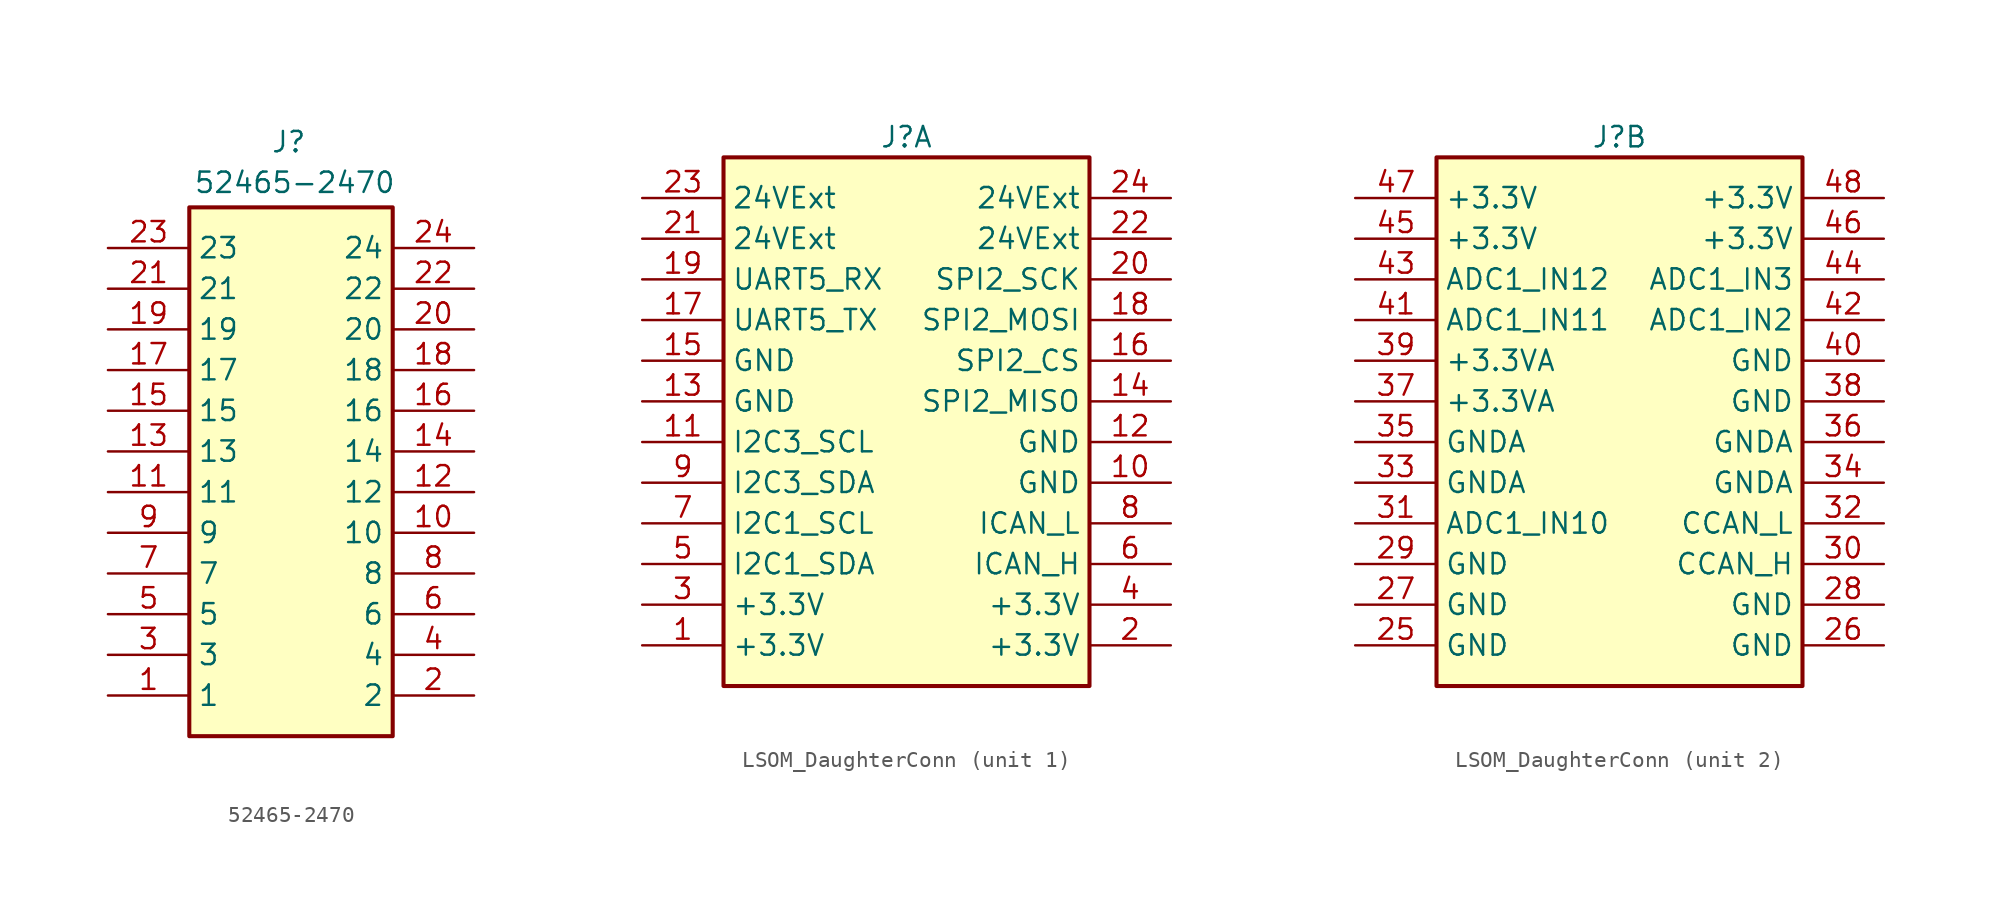
<source format=kicad_sym>
(kicad_symbol_lib
  (version 20241209)
  (generator "kicad_symbol_editor")
  (generator_version "9.0")
  (symbol "52465-2470"
    (property "Reference" "J"
      (at 10.16 7.366 0)
      (effects (font (size 1.27 1.27)) (justify left top)))
    (property "Value" "52465-2470"
      (at 5.334 4.826 0)
      (effects (font (size 1.27 1.27)) (justify left top)))
    (symbol "52465-2470_1_1"
      (rectangle (start 5.08 2.54) (end 17.78 -30.48) (stroke (width 0.254) (type default)) (fill (type background)))
      (pin passive line (at 0 0 0) (length 5.08) (name "23" (effects (font (size 1.27 1.27)))) (number "23" (effects (font (size 1.27 1.27)))))
      (pin passive line (at 0 -2.54 0) (length 5.08) (name "21" (effects (font (size 1.27 1.27)))) (number "21" (effects (font (size 1.27 1.27)))))
      (pin passive line (at 0 -5.08 0) (length 5.08) (name "19" (effects (font (size 1.27 1.27)))) (number "19" (effects (font (size 1.27 1.27)))))
      (pin passive line (at 0 -7.62 0) (length 5.08) (name "17" (effects (font (size 1.27 1.27)))) (number "17" (effects (font (size 1.27 1.27)))))
      (pin passive line (at 0 -10.16 0) (length 5.08) (name "15" (effects (font (size 1.27 1.27)))) (number "15" (effects (font (size 1.27 1.27)))))
      (pin passive line (at 0 -12.7 0) (length 5.08) (name "13" (effects (font (size 1.27 1.27)))) (number "13" (effects (font (size 1.27 1.27)))))
      (pin passive line (at 0 -15.24 0) (length 5.08) (name "11" (effects (font (size 1.27 1.27)))) (number "11" (effects (font (size 1.27 1.27)))))
      (pin passive line (at 0 -17.78 0) (length 5.08) (name "9" (effects (font (size 1.27 1.27)))) (number "9" (effects (font (size 1.27 1.27)))))
      (pin passive line (at 0 -20.32 0) (length 5.08) (name "7" (effects (font (size 1.27 1.27)))) (number "7" (effects (font (size 1.27 1.27)))))
      (pin passive line (at 0 -22.86 0) (length 5.08) (name "5" (effects (font (size 1.27 1.27)))) (number "5" (effects (font (size 1.27 1.27)))))
      (pin passive line (at 0 -25.4 0) (length 5.08) (name "3" (effects (font (size 1.27 1.27)))) (number "3" (effects (font (size 1.27 1.27)))))
      (pin passive line (at 0 -27.94 0) (length 5.08) (name "1" (effects (font (size 1.27 1.27)))) (number "1" (effects (font (size 1.27 1.27)))))
      (pin passive line (at 22.86 0 180) (length 5.08) (name "24" (effects (font (size 1.27 1.27)))) (number "24" (effects (font (size 1.27 1.27)))))
      (pin passive line (at 22.86 -2.54 180) (length 5.08) (name "22" (effects (font (size 1.27 1.27)))) (number "22" (effects (font (size 1.27 1.27)))))
      (pin passive line (at 22.86 -5.08 180) (length 5.08) (name "20" (effects (font (size 1.27 1.27)))) (number "20" (effects (font (size 1.27 1.27)))))
      (pin passive line (at 22.86 -7.62 180) (length 5.08) (name "18" (effects (font (size 1.27 1.27)))) (number "18" (effects (font (size 1.27 1.27)))))
      (pin passive line (at 22.86 -10.16 180) (length 5.08) (name "16" (effects (font (size 1.27 1.27)))) (number "16" (effects (font (size 1.27 1.27)))))
      (pin passive line (at 22.86 -12.7 180) (length 5.08) (name "14" (effects (font (size 1.27 1.27)))) (number "14" (effects (font (size 1.27 1.27)))))
      (pin passive line (at 22.86 -15.24 180) (length 5.08) (name "12" (effects (font (size 1.27 1.27)))) (number "12" (effects (font (size 1.27 1.27)))))
      (pin passive line (at 22.86 -17.78 180) (length 5.08) (name "10" (effects (font (size 1.27 1.27)))) (number "10" (effects (font (size 1.27 1.27)))))
      (pin passive line (at 22.86 -20.32 180) (length 5.08) (name "8" (effects (font (size 1.27 1.27)))) (number "8" (effects (font (size 1.27 1.27)))))
      (pin passive line (at 22.86 -22.86 180) (length 5.08) (name "6" (effects (font (size 1.27 1.27)))) (number "6" (effects (font (size 1.27 1.27)))))
      (pin passive line (at 22.86 -25.4 180) (length 5.08) (name "4" (effects (font (size 1.27 1.27)))) (number "4" (effects (font (size 1.27 1.27)))))
      (pin passive line (at 22.86 -27.94 180) (length 5.08) (name "2" (effects (font (size 1.27 1.27)))) (number "2" (effects (font (size 1.27 1.27)))))))
  (symbol "LSOM_DaughterConn"
    (property "Reference" "J"
      (at 0 0 0)
      (effects (font (size 1.27 1.27))))
    (property "Value" ""
      (at 0 0 0)
      (effects (font (size 1.27 1.27))))
    (property "ki_locked" ""
      (at 0 0 0)
      (effects (font (size 1.27 1.27))))
    (symbol "LSOM_DaughterConn_1_1"
      (rectangle (start -11.43 -1.27) (end 11.43 -34.29) (stroke (width 0.254) (type default)) (fill (type background)))
      (pin input line (at -16.51 -3.81 0) (length 5.08) (name "24VExt" (effects (font (size 1.27 1.27)))) (number "23" (effects (font (size 1.27 1.27)))))
      (pin input line (at -16.51 -6.35 0) (length 5.08) (name "24VExt" (effects (font (size 1.27 1.27)))) (number "21" (effects (font (size 1.27 1.27)))))
      (pin input line (at -16.51 -8.89 0) (length 5.08) (name "UART5_RX" (effects (font (size 1.27 1.27)))) (number "19" (effects (font (size 1.27 1.27)))))
      (pin output line (at -16.51 -11.43 0) (length 5.08) (name "UART5_TX" (effects (font (size 1.27 1.27)))) (number "17" (effects (font (size 1.27 1.27)))))
      (pin input line (at -16.51 -13.97 0) (length 5.08) (name "GND" (effects (font (size 1.27 1.27)))) (number "15" (effects (font (size 1.27 1.27)))))
      (pin input line (at -16.51 -16.51 0) (length 5.08) (name "GND" (effects (font (size 1.27 1.27)))) (number "13" (effects (font (size 1.27 1.27)))))
      (pin input line (at -16.51 -19.05 0) (length 5.08) (name "I2C3_SCL" (effects (font (size 1.27 1.27)))) (number "11" (effects (font (size 1.27 1.27)))))
      (pin bidirectional line (at -16.51 -21.59 0) (length 5.08) (name "I2C3_SDA" (effects (font (size 1.27 1.27)))) (number "9" (effects (font (size 1.27 1.27)))))
      (pin input line (at -16.51 -24.13 0) (length 5.08) (name "I2C1_SCL" (effects (font (size 1.27 1.27)))) (number "7" (effects (font (size 1.27 1.27)))))
      (pin bidirectional line (at -16.51 -26.67 0) (length 5.08) (name "I2C1_SDA" (effects (font (size 1.27 1.27)))) (number "5" (effects (font (size 1.27 1.27)))))
      (pin output line (at -16.51 -29.21 0) (length 5.08) (name "+3.3V" (effects (font (size 1.27 1.27)))) (number "3" (effects (font (size 1.27 1.27)))))
      (pin output line (at -16.51 -31.75 0) (length 5.08) (name "+3.3V" (effects (font (size 1.27 1.27)))) (number "1" (effects (font (size 1.27 1.27)))))
      (pin input line (at 16.51 -3.81 180) (length 5.08) (name "24VExt" (effects (font (size 1.27 1.27)))) (number "24" (effects (font (size 1.27 1.27)))))
      (pin input line (at 16.51 -6.35 180) (length 5.08) (name "24VExt" (effects (font (size 1.27 1.27)))) (number "22" (effects (font (size 1.27 1.27)))))
      (pin output line (at 16.51 -8.89 180) (length 5.08) (name "SPI2_SCK" (effects (font (size 1.27 1.27)))) (number "20" (effects (font (size 1.27 1.27)))))
      (pin output line (at 16.51 -11.43 180) (length 5.08) (name "SPI2_MOSI" (effects (font (size 1.27 1.27)))) (number "18" (effects (font (size 1.27 1.27)))))
      (pin output line (at 16.51 -13.97 180) (length 5.08) (name "SPI2_CS" (effects (font (size 1.27 1.27)))) (number "16" (effects (font (size 1.27 1.27)))))
      (pin input line (at 16.51 -16.51 180) (length 5.08) (name "SPI2_MISO" (effects (font (size 1.27 1.27)))) (number "14" (effects (font (size 1.27 1.27)))))
      (pin input line (at 16.51 -19.05 180) (length 5.08) (name "GND" (effects (font (size 1.27 1.27)))) (number "12" (effects (font (size 1.27 1.27)))))
      (pin input line (at 16.51 -21.59 180) (length 5.08) (name "GND" (effects (font (size 1.27 1.27)))) (number "10" (effects (font (size 1.27 1.27)))))
      (pin input line (at 16.51 -24.13 180) (length 5.08) (name "ICAN_L" (effects (font (size 1.27 1.27)))) (number "8" (effects (font (size 1.27 1.27)))))
      (pin input line (at 16.51 -26.67 180) (length 5.08) (name "ICAN_H" (effects (font (size 1.27 1.27)))) (number "6" (effects (font (size 1.27 1.27)))))
      (pin output line (at 16.51 -29.21 180) (length 5.08) (name "+3.3V" (effects (font (size 1.27 1.27)))) (number "4" (effects (font (size 1.27 1.27)))))
      (pin output line (at 16.51 -31.75 180) (length 5.08) (name "+3.3V" (effects (font (size 1.27 1.27)))) (number "2" (effects (font (size 1.27 1.27))))))
    (symbol "LSOM_DaughterConn_2_1"
      (rectangle (start -11.43 -1.27) (end 11.43 -34.29) (stroke (width 0.254) (type default)) (fill (type background)))
      (pin output line (at -16.51 -3.81 0) (length 5.08) (name "+3.3V" (effects (font (size 1.27 1.27)))) (number "47" (effects (font (size 1.27 1.27)))))
      (pin output line (at -16.51 -6.35 0) (length 5.08) (name "+3.3V" (effects (font (size 1.27 1.27)))) (number "45" (effects (font (size 1.27 1.27)))))
      (pin input line (at -16.51 -8.89 0) (length 5.08) (name "ADC1_IN12" (effects (font (size 1.27 1.27)))) (number "43" (effects (font (size 1.27 1.27)))))
      (pin input line (at -16.51 -11.43 0) (length 5.08) (name "ADC1_IN11" (effects (font (size 1.27 1.27)))) (number "41" (effects (font (size 1.27 1.27)))))
      (pin output line (at -16.51 -13.97 0) (length 5.08) (name "+3.3VA" (effects (font (size 1.27 1.27)))) (number "39" (effects (font (size 1.27 1.27)))))
      (pin output line (at -16.51 -16.51 0) (length 5.08) (name "+3.3VA" (effects (font (size 1.27 1.27)))) (number "37" (effects (font (size 1.27 1.27)))))
      (pin output line (at -16.51 -19.05 0) (length 5.08) (name "GNDA" (effects (font (size 1.27 1.27)))) (number "35" (effects (font (size 1.27 1.27)))))
      (pin output line (at -16.51 -21.59 0) (length 5.08) (name "GNDA" (effects (font (size 1.27 1.27)))) (number "33" (effects (font (size 1.27 1.27)))))
      (pin input line (at -16.51 -24.13 0) (length 5.08) (name "ADC1_IN10" (effects (font (size 1.27 1.27)))) (number "31" (effects (font (size 1.27 1.27)))))
      (pin input line (at -16.51 -26.67 0) (length 5.08) (name "GND" (effects (font (size 1.27 1.27)))) (number "29" (effects (font (size 1.27 1.27)))))
      (pin input line (at -16.51 -29.21 0) (length 5.08) (name "GND" (effects (font (size 1.27 1.27)))) (number "27" (effects (font (size 1.27 1.27)))))
      (pin input line (at -16.51 -31.75 0) (length 5.08) (name "GND" (effects (font (size 1.27 1.27)))) (number "25" (effects (font (size 1.27 1.27)))))
      (pin output line (at 16.51 -3.81 180) (length 5.08) (name "+3.3V" (effects (font (size 1.27 1.27)))) (number "48" (effects (font (size 1.27 1.27)))))
      (pin output line (at 16.51 -6.35 180) (length 5.08) (name "+3.3V" (effects (font (size 1.27 1.27)))) (number "46" (effects (font (size 1.27 1.27)))))
      (pin input line (at 16.51 -8.89 180) (length 5.08) (name "ADC1_IN3" (effects (font (size 1.27 1.27)))) (number "44" (effects (font (size 1.27 1.27)))))
      (pin input line (at 16.51 -11.43 180) (length 5.08) (name "ADC1_IN2" (effects (font (size 1.27 1.27)))) (number "42" (effects (font (size 1.27 1.27)))))
      (pin input line (at 16.51 -13.97 180) (length 5.08) (name "GND" (effects (font (size 1.27 1.27)))) (number "40" (effects (font (size 1.27 1.27)))))
      (pin input line (at 16.51 -16.51 180) (length 5.08) (name "GND" (effects (font (size 1.27 1.27)))) (number "38" (effects (font (size 1.27 1.27)))))
      (pin output line (at 16.51 -19.05 180) (length 5.08) (name "GNDA" (effects (font (size 1.27 1.27)))) (number "36" (effects (font (size 1.27 1.27)))))
      (pin output line (at 16.51 -21.59 180) (length 5.08) (name "GNDA" (effects (font (size 1.27 1.27)))) (number "34" (effects (font (size 1.27 1.27)))))
      (pin input line (at 16.51 -24.13 180) (length 5.08) (name "CCAN_L" (effects (font (size 1.27 1.27)))) (number "32" (effects (font (size 1.27 1.27)))))
      (pin input line (at 16.51 -26.67 180) (length 5.08) (name "CCAN_H" (effects (font (size 1.27 1.27)))) (number "30" (effects (font (size 1.27 1.27)))))
      (pin input line (at 16.51 -29.21 180) (length 5.08) (name "GND" (effects (font (size 1.27 1.27)))) (number "28" (effects (font (size 1.27 1.27)))))
      (pin input line (at 16.51 -31.75 180) (length 5.08) (name "GND" (effects (font (size 1.27 1.27)))) (number "26" (effects (font (size 1.27 1.27))))))))
</source>
